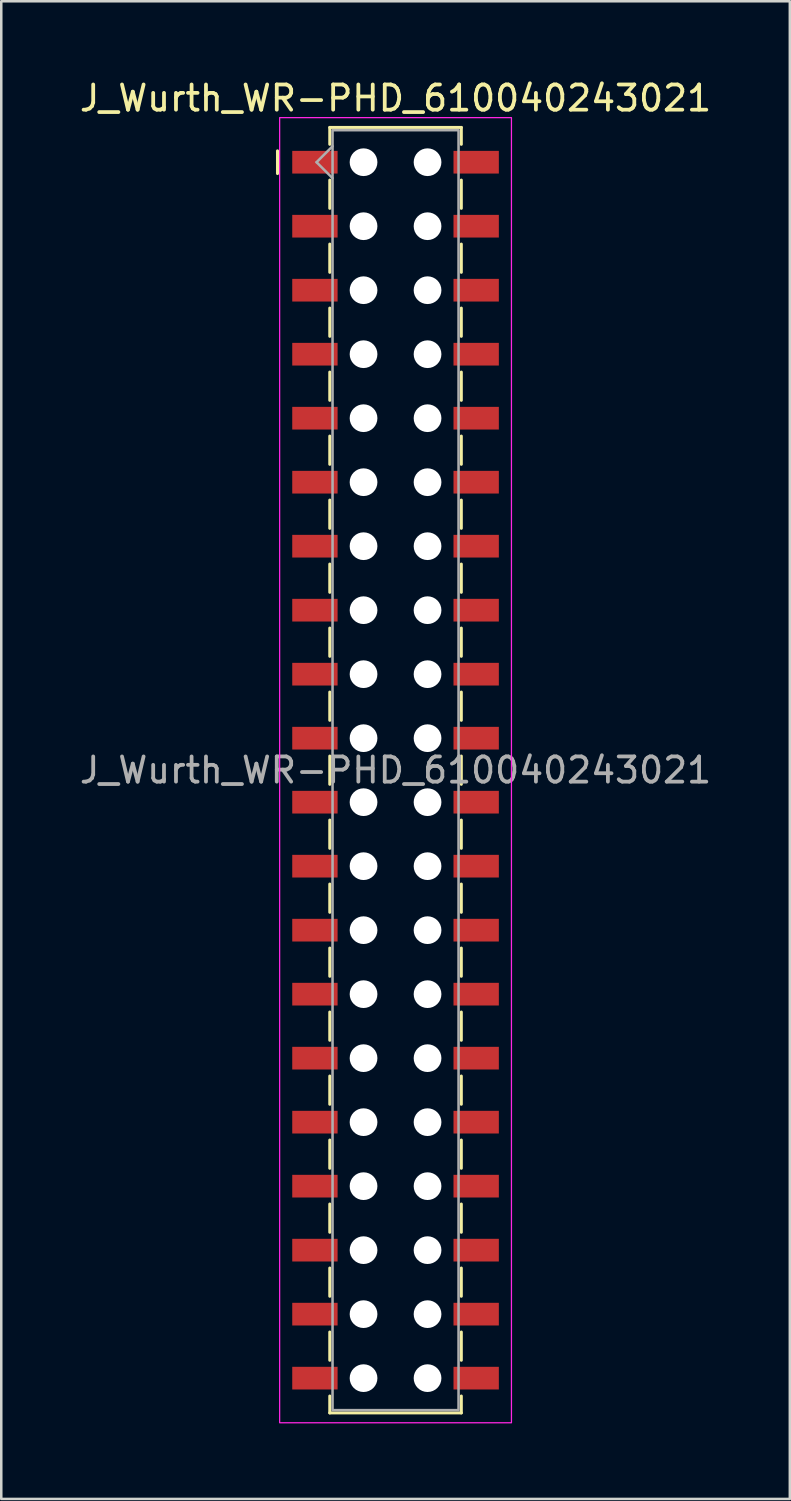
<source format=kicad_pcb>
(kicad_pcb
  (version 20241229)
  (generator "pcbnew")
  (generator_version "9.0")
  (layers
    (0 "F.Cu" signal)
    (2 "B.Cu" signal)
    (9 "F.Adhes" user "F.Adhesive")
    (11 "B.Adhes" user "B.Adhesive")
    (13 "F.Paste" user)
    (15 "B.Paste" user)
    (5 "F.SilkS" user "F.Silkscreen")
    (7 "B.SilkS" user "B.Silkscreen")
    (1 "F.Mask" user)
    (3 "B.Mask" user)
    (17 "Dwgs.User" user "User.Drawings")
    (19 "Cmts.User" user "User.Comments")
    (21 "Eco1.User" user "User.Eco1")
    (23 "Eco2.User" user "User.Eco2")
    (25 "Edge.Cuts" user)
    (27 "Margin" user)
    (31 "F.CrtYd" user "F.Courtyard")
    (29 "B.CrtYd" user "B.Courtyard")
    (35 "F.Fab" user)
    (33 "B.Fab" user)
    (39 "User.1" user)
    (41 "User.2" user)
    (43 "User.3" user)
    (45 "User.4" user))
  (footprint "J_Wurth_WR-PHD_610040243021"
    (layer "F.Cu")
    (at 12.649 27.518)
    (property "Reference" "J_Wurth_WR-PHD_610040243021" (at 0 -26.67 0) (unlocked yes) (layer "F.SilkS") (effects (font (size 1 1) (thickness 0.15))))
    (attr smd)
    (fp_line (start -4.685 -24.58) (end -4.685 -23.68) (stroke (width 0.12) (type solid)) (layer "F.SilkS"))
    (fp_line (start -2.61 -25.51) (end -2.61 -24.84) (stroke (width 0.12) (type solid)) (layer "F.SilkS"))
    (fp_line (start -2.61 -23.42) (end -2.61 -22.3) (stroke (width 0.12) (type solid)) (layer "F.SilkS"))
    (fp_line (start -2.61 -20.88) (end -2.61 -19.76) (stroke (width 0.12) (type solid)) (layer "F.SilkS"))
    (fp_line (start -2.61 -18.34) (end -2.61 -17.22) (stroke (width 0.12) (type solid)) (layer "F.SilkS"))
    (fp_line (start -2.61 -15.8) (end -2.61 -14.68) (stroke (width 0.12) (type solid)) (layer "F.SilkS"))
    (fp_line (start -2.61 -13.26) (end -2.61 -12.14) (stroke (width 0.12) (type solid)) (layer "F.SilkS"))
    (fp_line (start -2.61 -10.72) (end -2.61 -9.6) (stroke (width 0.12) (type solid)) (layer "F.SilkS"))
    (fp_line (start -2.61 -8.18) (end -2.61 -7.06) (stroke (width 0.12) (type solid)) (layer "F.SilkS"))
    (fp_line (start -2.61 -5.64) (end -2.61 -4.52) (stroke (width 0.12) (type solid)) (layer "F.SilkS"))
    (fp_line (start -2.61 -3.1) (end -2.61 -1.98) (stroke (width 0.12) (type solid)) (layer "F.SilkS"))
    (fp_line (start -2.61 -0.56) (end -2.61 0.56) (stroke (width 0.12) (type solid)) (layer "F.SilkS"))
    (fp_line (start -2.61 1.98) (end -2.61 3.1) (stroke (width 0.12) (type solid)) (layer "F.SilkS"))
    (fp_line (start -2.61 4.52) (end -2.61 5.64) (stroke (width 0.12) (type solid)) (layer "F.SilkS"))
    (fp_line (start -2.61 7.06) (end -2.61 8.18) (stroke (width 0.12) (type solid)) (layer "F.SilkS"))
    (fp_line (start -2.61 9.6) (end -2.61 10.72) (stroke (width 0.12) (type solid)) (layer "F.SilkS"))
    (fp_line (start -2.61 12.14) (end -2.61 13.26) (stroke (width 0.12) (type solid)) (layer "F.SilkS"))
    (fp_line (start -2.61 14.68) (end -2.61 15.8) (stroke (width 0.12) (type solid)) (layer "F.SilkS"))
    (fp_line (start -2.61 17.22) (end -2.61 18.34) (stroke (width 0.12) (type solid)) (layer "F.SilkS"))
    (fp_line (start -2.61 19.76) (end -2.61 20.88) (stroke (width 0.12) (type solid)) (layer "F.SilkS"))
    (fp_line (start -2.61 22.3) (end -2.61 23.42) (stroke (width 0.12) (type solid)) (layer "F.SilkS"))
    (fp_line (start -2.61 24.84) (end -2.61 25.51) (stroke (width 0.12) (type solid)) (layer "F.SilkS"))
    (fp_line (start 2.61 -25.51) (end -2.61 -25.51) (stroke (width 0.12) (type solid)) (layer "F.SilkS"))
    (fp_line (start 2.61 -25.51) (end 2.61 -24.84) (stroke (width 0.12) (type solid)) (layer "F.SilkS"))
    (fp_line (start 2.61 -23.42) (end 2.61 -22.3) (stroke (width 0.12) (type solid)) (layer "F.SilkS"))
    (fp_line (start 2.61 -20.88) (end 2.61 -19.76) (stroke (width 0.12) (type solid)) (layer "F.SilkS"))
    (fp_line (start 2.61 -18.34) (end 2.61 -17.22) (stroke (width 0.12) (type solid)) (layer "F.SilkS"))
    (fp_line (start 2.61 -15.8) (end 2.61 -14.68) (stroke (width 0.12) (type solid)) (layer "F.SilkS"))
    (fp_line (start 2.61 -13.26) (end 2.61 -12.14) (stroke (width 0.12) (type solid)) (layer "F.SilkS"))
    (fp_line (start 2.61 -10.72) (end 2.61 -9.6) (stroke (width 0.12) (type solid)) (layer "F.SilkS"))
    (fp_line (start 2.61 -8.18) (end 2.61 -7.06) (stroke (width 0.12) (type solid)) (layer "F.SilkS"))
    (fp_line (start 2.61 -5.64) (end 2.61 -4.52) (stroke (width 0.12) (type solid)) (layer "F.SilkS"))
    (fp_line (start 2.61 -3.1) (end 2.61 -1.98) (stroke (width 0.12) (type solid)) (layer "F.SilkS"))
    (fp_line (start 2.61 -0.56) (end 2.61 0.56) (stroke (width 0.12) (type solid)) (layer "F.SilkS"))
    (fp_line (start 2.61 1.98) (end 2.61 3.1) (stroke (width 0.12) (type solid)) (layer "F.SilkS"))
    (fp_line (start 2.61 4.52) (end 2.61 5.64) (stroke (width 0.12) (type solid)) (layer "F.SilkS"))
    (fp_line (start 2.61 7.06) (end 2.61 8.18) (stroke (width 0.12) (type solid)) (layer "F.SilkS"))
    (fp_line (start 2.61 9.6) (end 2.61 10.72) (stroke (width 0.12) (type solid)) (layer "F.SilkS"))
    (fp_line (start 2.61 12.14) (end 2.61 13.26) (stroke (width 0.12) (type solid)) (layer "F.SilkS"))
    (fp_line (start 2.61 14.68) (end 2.61 15.8) (stroke (width 0.12) (type solid)) (layer "F.SilkS"))
    (fp_line (start 2.61 17.22) (end 2.61 18.34) (stroke (width 0.12) (type solid)) (layer "F.SilkS"))
    (fp_line (start 2.61 19.76) (end 2.61 20.88) (stroke (width 0.12) (type solid)) (layer "F.SilkS"))
    (fp_line (start 2.61 22.3) (end 2.61 23.42) (stroke (width 0.12) (type solid)) (layer "F.SilkS"))
    (fp_line (start 2.61 24.84) (end 2.61 25.51) (stroke (width 0.12) (type solid)) (layer "F.SilkS"))
    (fp_line (start 2.61 25.51) (end -2.61 25.51) (stroke (width 0.12) (type solid)) (layer "F.SilkS"))
    (fp_rect (start -4.6 -25.9) (end 4.6 25.9) (stroke (width 0.05) (type solid)) (fill no) (layer "F.CrtYd"))
    (fp_line (start -3.135 -24.13) (end -2.5 -24.765) (stroke (width 0.1) (type default)) (layer "F.Fab"))
    (fp_line (start -2.5 -23.495) (end -3.135 -24.13) (stroke (width 0.1) (type default)) (layer "F.Fab"))
    (fp_rect (start -2.5 -25.4) (end 2.5 25.4) (stroke (width 0.1) (type solid)) (fill no) (layer "F.Fab"))
    (fp_text user "${REFERENCE}" (at 0 0 0) (unlocked yes) (layer "F.Fab") (effects (font (size 1 1) (thickness 0.15))))
    (pad "" np_thru_hole circle (at -1.27 -24.13 270) (size 1.1 1.1) (drill 1.1) (layers "*.Cu" "*.Mask"))
    (pad "" np_thru_hole circle (at -1.27 -21.59 270) (size 1.1 1.1) (drill 1.1) (layers "*.Cu" "*.Mask"))
    (pad "" np_thru_hole circle (at -1.27 -19.05 270) (size 1.1 1.1) (drill 1.1) (layers "*.Cu" "*.Mask"))
    (pad "" np_thru_hole circle (at -1.27 -16.51 270) (size 1.1 1.1) (drill 1.1) (layers "*.Cu" "*.Mask"))
    (pad "" np_thru_hole circle (at -1.27 -13.97 270) (size 1.1 1.1) (drill 1.1) (layers "*.Cu" "*.Mask"))
    (pad "" np_thru_hole circle (at -1.27 -11.43 270) (size 1.1 1.1) (drill 1.1) (layers "*.Cu" "*.Mask"))
    (pad "" np_thru_hole circle (at -1.27 -8.89 270) (size 1.1 1.1) (drill 1.1) (layers "*.Cu" "*.Mask"))
    (pad "" np_thru_hole circle (at -1.27 -6.35 270) (size 1.1 1.1) (drill 1.1) (layers "*.Cu" "*.Mask"))
    (pad "" np_thru_hole circle (at -1.27 -3.81 270) (size 1.1 1.1) (drill 1.1) (layers "*.Cu" "*.Mask"))
    (pad "" np_thru_hole circle (at -1.27 -1.27 270) (size 1.1 1.1) (drill 1.1) (layers "*.Cu" "*.Mask"))
    (pad "" np_thru_hole circle (at -1.27 1.27 270) (size 1.1 1.1) (drill 1.1) (layers "*.Cu" "*.Mask"))
    (pad "" np_thru_hole circle (at -1.27 3.81 270) (size 1.1 1.1) (drill 1.1) (layers "*.Cu" "*.Mask"))
    (pad "" np_thru_hole circle (at -1.27 6.35 270) (size 1.1 1.1) (drill 1.1) (layers "*.Cu" "*.Mask"))
    (pad "" np_thru_hole circle (at -1.27 8.89 270) (size 1.1 1.1) (drill 1.1) (layers "*.Cu" "*.Mask"))
    (pad "" np_thru_hole circle (at -1.27 11.43 270) (size 1.1 1.1) (drill 1.1) (layers "*.Cu" "*.Mask"))
    (pad "" np_thru_hole circle (at -1.27 13.97 270) (size 1.1 1.1) (drill 1.1) (layers "*.Cu" "*.Mask"))
    (pad "" np_thru_hole circle (at -1.27 16.51 270) (size 1.1 1.1) (drill 1.1) (layers "*.Cu" "*.Mask"))
    (pad "" np_thru_hole circle (at -1.27 19.05 270) (size 1.1 1.1) (drill 1.1) (layers "*.Cu" "*.Mask"))
    (pad "" np_thru_hole circle (at -1.27 21.59 270) (size 1.1 1.1) (drill 1.1) (layers "*.Cu" "*.Mask"))
    (pad "" np_thru_hole circle (at -1.27 24.13 270) (size 1.1 1.1) (drill 1.1) (layers "*.Cu" "*.Mask"))
    (pad "" np_thru_hole circle (at 1.27 -24.13 270) (size 1.1 1.1) (drill 1.1) (layers "*.Cu" "*.Mask"))
    (pad "" np_thru_hole circle (at 1.27 -21.59 270) (size 1.1 1.1) (drill 1.1) (layers "*.Cu" "*.Mask"))
    (pad "" np_thru_hole circle (at 1.27 -19.05 270) (size 1.1 1.1) (drill 1.1) (layers "*.Cu" "*.Mask"))
    (pad "" np_thru_hole circle (at 1.27 -16.51 270) (size 1.1 1.1) (drill 1.1) (layers "*.Cu" "*.Mask"))
    (pad "" np_thru_hole circle (at 1.27 -13.97 270) (size 1.1 1.1) (drill 1.1) (layers "*.Cu" "*.Mask"))
    (pad "" np_thru_hole circle (at 1.27 -11.43 270) (size 1.1 1.1) (drill 1.1) (layers "*.Cu" "*.Mask"))
    (pad "" np_thru_hole circle (at 1.27 -8.89 270) (size 1.1 1.1) (drill 1.1) (layers "*.Cu" "*.Mask"))
    (pad "" np_thru_hole circle (at 1.27 -6.35 270) (size 1.1 1.1) (drill 1.1) (layers "*.Cu" "*.Mask"))
    (pad "" np_thru_hole circle (at 1.27 -3.81 270) (size 1.1 1.1) (drill 1.1) (layers "*.Cu" "*.Mask"))
    (pad "" np_thru_hole circle (at 1.27 -1.27 270) (size 1.1 1.1) (drill 1.1) (layers "*.Cu" "*.Mask"))
    (pad "" np_thru_hole circle (at 1.27 1.27 270) (size 1.1 1.1) (drill 1.1) (layers "*.Cu" "*.Mask"))
    (pad "" np_thru_hole circle (at 1.27 3.81 270) (size 1.1 1.1) (drill 1.1) (layers "*.Cu" "*.Mask"))
    (pad "" np_thru_hole circle (at 1.27 6.35 270) (size 1.1 1.1) (drill 1.1) (layers "*.Cu" "*.Mask"))
    (pad "" np_thru_hole circle (at 1.27 8.89 270) (size 1.1 1.1) (drill 1.1) (layers "*.Cu" "*.Mask"))
    (pad "" np_thru_hole circle (at 1.27 11.43 270) (size 1.1 1.1) (drill 1.1) (layers "*.Cu" "*.Mask"))
    (pad "" np_thru_hole circle (at 1.27 13.97 270) (size 1.1 1.1) (drill 1.1) (layers "*.Cu" "*.Mask"))
    (pad "" np_thru_hole circle (at 1.27 16.51 270) (size 1.1 1.1) (drill 1.1) (layers "*.Cu" "*.Mask"))
    (pad "" np_thru_hole circle (at 1.27 19.05 270) (size 1.1 1.1) (drill 1.1) (layers "*.Cu" "*.Mask"))
    (pad "" np_thru_hole circle (at 1.27 21.59 270) (size 1.1 1.1) (drill 1.1) (layers "*.Cu" "*.Mask"))
    (pad "" np_thru_hole circle (at 1.27 24.13 270) (size 1.1 1.1) (drill 1.1) (layers "*.Cu" "*.Mask"))
    (pad "1" smd rect (at -3.2 -24.13 270) (size 0.9 1.8) (layers "F.Cu" "F.Mask" "F.Paste"))
    (pad "2" smd rect (at 3.2 -24.13 270) (size 0.9 1.8) (layers "F.Cu" "F.Mask" "F.Paste"))
    (pad "3" smd rect (at -3.2 -21.59 270) (size 0.9 1.8) (layers "F.Cu" "F.Mask" "F.Paste"))
    (pad "4" smd rect (at 3.2 -21.59 270) (size 0.9 1.8) (layers "F.Cu" "F.Mask" "F.Paste"))
    (pad "5" smd rect (at -3.2 -19.05 270) (size 0.9 1.8) (layers "F.Cu" "F.Mask" "F.Paste"))
    (pad "6" smd rect (at 3.2 -19.05 270) (size 0.9 1.8) (layers "F.Cu" "F.Mask" "F.Paste"))
    (pad "7" smd rect (at -3.2 -16.51 270) (size 0.9 1.8) (layers "F.Cu" "F.Mask" "F.Paste"))
    (pad "8" smd rect (at 3.2 -16.51 270) (size 0.9 1.8) (layers "F.Cu" "F.Mask" "F.Paste"))
    (pad "9" smd rect (at -3.2 -13.97 270) (size 0.9 1.8) (layers "F.Cu" "F.Mask" "F.Paste"))
    (pad "10" smd rect (at 3.2 -13.97 270) (size 0.9 1.8) (layers "F.Cu" "F.Mask" "F.Paste"))
    (pad "11" smd rect (at -3.2 -11.43 270) (size 0.9 1.8) (layers "F.Cu" "F.Mask" "F.Paste"))
    (pad "12" smd rect (at 3.2 -11.43 270) (size 0.9 1.8) (layers "F.Cu" "F.Mask" "F.Paste"))
    (pad "13" smd rect (at -3.2 -8.89 270) (size 0.9 1.8) (layers "F.Cu" "F.Mask" "F.Paste"))
    (pad "14" smd rect (at 3.2 -8.89 270) (size 0.9 1.8) (layers "F.Cu" "F.Mask" "F.Paste"))
    (pad "15" smd rect (at -3.2 -6.35 270) (size 0.9 1.8) (layers "F.Cu" "F.Mask" "F.Paste"))
    (pad "16" smd rect (at 3.2 -6.35 270) (size 0.9 1.8) (layers "F.Cu" "F.Mask" "F.Paste"))
    (pad "17" smd rect (at -3.2 -3.81 270) (size 0.9 1.8) (layers "F.Cu" "F.Mask" "F.Paste"))
    (pad "18" smd rect (at 3.2 -3.81 270) (size 0.9 1.8) (layers "F.Cu" "F.Mask" "F.Paste"))
    (pad "19" smd rect (at -3.2 -1.27 270) (size 0.9 1.8) (layers "F.Cu" "F.Mask" "F.Paste"))
    (pad "20" smd rect (at 3.2 -1.27 270) (size 0.9 1.8) (layers "F.Cu" "F.Mask" "F.Paste"))
    (pad "21" smd rect (at -3.2 1.27 270) (size 0.9 1.8) (layers "F.Cu" "F.Mask" "F.Paste"))
    (pad "22" smd rect (at 3.2 1.27 270) (size 0.9 1.8) (layers "F.Cu" "F.Mask" "F.Paste"))
    (pad "23" smd rect (at -3.2 3.81 270) (size 0.9 1.8) (layers "F.Cu" "F.Mask" "F.Paste"))
    (pad "24" smd rect (at 3.2 3.81 270) (size 0.9 1.8) (layers "F.Cu" "F.Mask" "F.Paste"))
    (pad "25" smd rect (at -3.2 6.35 270) (size 0.9 1.8) (layers "F.Cu" "F.Mask" "F.Paste"))
    (pad "26" smd rect (at 3.2 6.35 270) (size 0.9 1.8) (layers "F.Cu" "F.Mask" "F.Paste"))
    (pad "27" smd rect (at -3.2 8.89 270) (size 0.9 1.8) (layers "F.Cu" "F.Mask" "F.Paste"))
    (pad "28" smd rect (at 3.2 8.89 270) (size 0.9 1.8) (layers "F.Cu" "F.Mask" "F.Paste"))
    (pad "29" smd rect (at -3.2 11.43 270) (size 0.9 1.8) (layers "F.Cu" "F.Mask" "F.Paste"))
    (pad "30" smd rect (at 3.2 11.43 270) (size 0.9 1.8) (layers "F.Cu" "F.Mask" "F.Paste"))
    (pad "31" smd rect (at -3.2 13.97 270) (size 0.9 1.8) (layers "F.Cu" "F.Mask" "F.Paste"))
    (pad "32" smd rect (at 3.2 13.97 270) (size 0.9 1.8) (layers "F.Cu" "F.Mask" "F.Paste"))
    (pad "33" smd rect (at -3.2 16.51 270) (size 0.9 1.8) (layers "F.Cu" "F.Mask" "F.Paste"))
    (pad "34" smd rect (at 3.2 16.51 270) (size 0.9 1.8) (layers "F.Cu" "F.Mask" "F.Paste"))
    (pad "35" smd rect (at -3.2 19.05 270) (size 0.9 1.8) (layers "F.Cu" "F.Mask" "F.Paste"))
    (pad "36" smd rect (at 3.2 19.05 270) (size 0.9 1.8) (layers "F.Cu" "F.Mask" "F.Paste"))
    (pad "37" smd rect (at -3.2 21.59 270) (size 0.9 1.8) (layers "F.Cu" "F.Mask" "F.Paste"))
    (pad "38" smd rect (at 3.2 21.59 270) (size 0.9 1.8) (layers "F.Cu" "F.Mask" "F.Paste"))
    (pad "39" smd rect (at -3.2 24.13 270) (size 0.9 1.8) (layers "F.Cu" "F.Mask" "F.Paste"))
    (pad "40" smd rect (at 3.2 24.13 270) (size 0.9 1.8) (layers "F.Cu" "F.Mask" "F.Paste")))
  (gr_rect
    (start -3 -3)
    (end 28.298 56.443)
    (stroke (width 0.1) (type default))
    (fill no)
    (layer "Edge.Cuts")))
</source>
